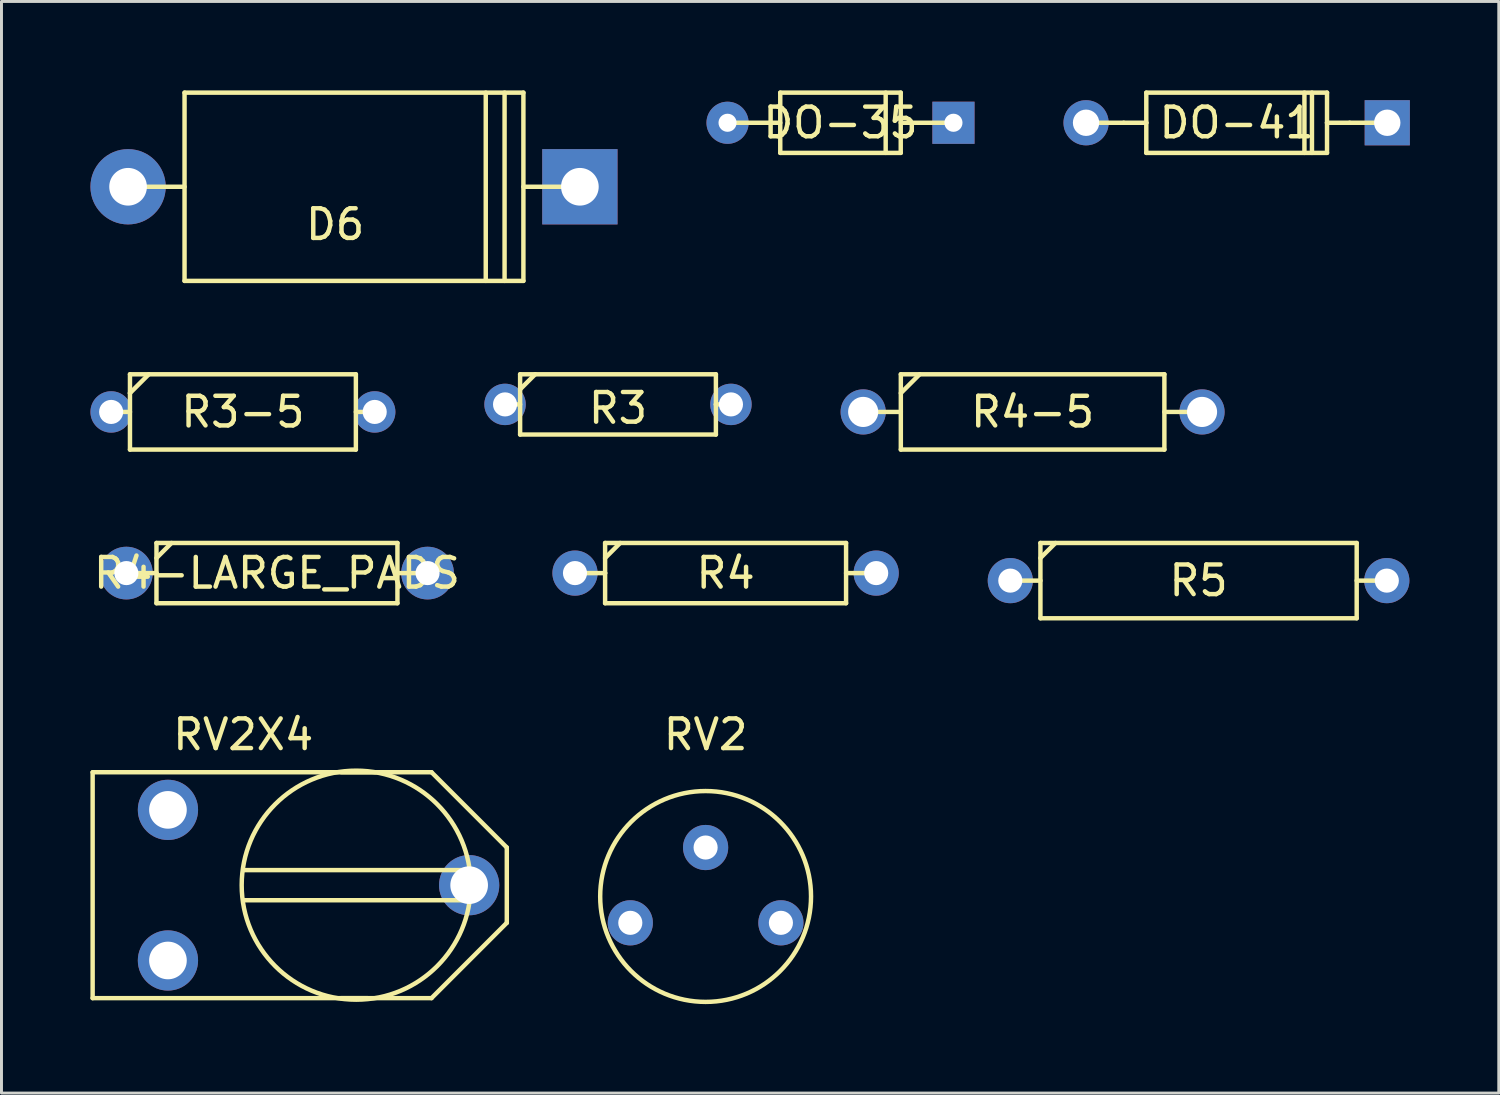
<source format=kicad_pcb>
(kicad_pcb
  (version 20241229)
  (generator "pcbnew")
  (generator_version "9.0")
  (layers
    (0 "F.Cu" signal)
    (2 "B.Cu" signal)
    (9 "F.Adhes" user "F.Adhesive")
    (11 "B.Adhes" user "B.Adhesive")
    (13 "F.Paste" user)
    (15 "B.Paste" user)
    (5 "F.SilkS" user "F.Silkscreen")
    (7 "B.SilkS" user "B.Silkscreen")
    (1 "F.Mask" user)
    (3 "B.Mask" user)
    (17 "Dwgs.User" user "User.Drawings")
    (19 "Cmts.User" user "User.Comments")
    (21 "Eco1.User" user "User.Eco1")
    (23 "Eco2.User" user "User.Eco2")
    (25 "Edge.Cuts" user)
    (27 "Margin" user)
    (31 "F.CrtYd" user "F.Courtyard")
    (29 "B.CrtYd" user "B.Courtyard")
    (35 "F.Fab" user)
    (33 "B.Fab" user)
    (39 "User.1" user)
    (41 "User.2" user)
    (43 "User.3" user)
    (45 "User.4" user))
  (footprint "R4"
    (layer "F.Cu")
    (at 21.425 16.281)
    (property "Reference" "R4" (at 0 0 0) (layer "F.SilkS") (effects (font (size 1 1) (thickness 0.15))))
    (attr through_hole)
    (fp_line (start -5.08 0) (end -4.064 0) (stroke (width 0.15) (type solid)) (layer "F.SilkS"))
    (fp_line (start -4.064 -1.016) (end 4.064 -1.016) (stroke (width 0.15) (type solid)) (layer "F.SilkS"))
    (fp_line (start -4.064 -0.508) (end -3.556 -1.016) (stroke (width 0.15) (type solid)) (layer "F.SilkS"))
    (fp_line (start -4.064 0) (end -4.064 -1.016) (stroke (width 0.15) (type solid)) (layer "F.SilkS"))
    (fp_line (start -4.064 1.016) (end -4.064 0) (stroke (width 0.15) (type solid)) (layer "F.SilkS"))
    (fp_line (start 4.064 -1.016) (end 4.064 1.016) (stroke (width 0.15) (type solid)) (layer "F.SilkS"))
    (fp_line (start 4.064 1.016) (end -4.064 1.016) (stroke (width 0.15) (type solid)) (layer "F.SilkS"))
    (fp_line (start 5.08 0) (end 4.064 0) (stroke (width 0.15) (type solid)) (layer "F.SilkS"))
    (pad "1" thru_hole circle (at -5.08 0) (size 1.524 1.524) (drill 0.813) (layers "*.Cu" "*.Mask"))
    (pad "2" thru_hole circle (at 5.08 0) (size 1.524 1.524) (drill 0.813) (layers "*.Cu" "*.Mask")))
  (footprint "DO-35"
    (layer "F.Cu")
    (at 25.301 1.091)
    (property "Reference" "DO-35" (at 0 0 0) (layer "F.SilkS") (effects (font (size 1 1) (thickness 0.15))))
    (attr through_hole)
    (fp_line (start -2.032 -1.016) (end -2.032 1.016) (stroke (width 0.15) (type solid)) (layer "F.SilkS"))
    (fp_line (start -2.032 0) (end -3.81 0) (stroke (width 0.15) (type solid)) (layer "F.SilkS"))
    (fp_line (start -2.032 1.016) (end 2.032 1.016) (stroke (width 0.15) (type solid)) (layer "F.SilkS"))
    (fp_line (start 1.524 -1.016) (end 1.524 1.016) (stroke (width 0.15) (type solid)) (layer "F.SilkS"))
    (fp_line (start 2.032 -1.016) (end -2.032 -1.016) (stroke (width 0.15) (type solid)) (layer "F.SilkS"))
    (fp_line (start 2.032 0) (end 3.81 0) (stroke (width 0.15) (type solid)) (layer "F.SilkS"))
    (fp_line (start 2.032 1.016) (end 2.032 -1.016) (stroke (width 0.15) (type solid)) (layer "F.SilkS"))
    (pad "1" thru_hole rect (at 3.81 0) (size 1.422 1.422) (drill 0.61) (layers "*.Cu" "*.Mask"))
    (pad "2" thru_hole circle (at -3.81 0) (size 1.422 1.422) (drill 0.61) (layers "*.Cu" "*.Mask")))
  (footprint "DO-41"
    (layer "F.Cu")
    (at 38.664 1.091)
    (property "Reference" "DO-41" (at 0 0 0) (layer "F.SilkS") (effects (font (size 1 1) (thickness 0.15))))
    (attr through_hole)
    (fp_line (start -3.81 0) (end -5.08 0) (stroke (width 0.15) (type solid)) (layer "F.SilkS"))
    (fp_line (start -3.048 -1.016) (end -3.048 0) (stroke (width 0.15) (type solid)) (layer "F.SilkS"))
    (fp_line (start -3.048 0) (end -3.81 0) (stroke (width 0.15) (type solid)) (layer "F.SilkS"))
    (fp_line (start -3.048 0) (end -3.048 1.016) (stroke (width 0.15) (type solid)) (layer "F.SilkS"))
    (fp_line (start -3.048 1.016) (end 3.048 1.016) (stroke (width 0.15) (type solid)) (layer "F.SilkS"))
    (fp_line (start 2.286 1.016) (end 2.286 -1.016) (stroke (width 0.15) (type solid)) (layer "F.SilkS"))
    (fp_line (start 2.54 -1.016) (end 2.54 1.016) (stroke (width 0.15) (type solid)) (layer "F.SilkS"))
    (fp_line (start 3.048 -1.016) (end -3.048 -1.016) (stroke (width 0.15) (type solid)) (layer "F.SilkS"))
    (fp_line (start 3.048 0) (end 3.048 -1.016) (stroke (width 0.15) (type solid)) (layer "F.SilkS"))
    (fp_line (start 3.048 1.016) (end 3.048 0) (stroke (width 0.15) (type solid)) (layer "F.SilkS"))
    (fp_line (start 3.81 0) (end 3.048 0) (stroke (width 0.15) (type solid)) (layer "F.SilkS"))
    (fp_line (start 3.81 0) (end 5.08 0) (stroke (width 0.15) (type solid)) (layer "F.SilkS"))
    (pad "1" thru_hole rect (at 5.08 0) (size 1.524 1.524) (drill 0.889) (layers "*.Cu" "*.Mask"))
    (pad "2" thru_hole circle (at -5.08 0) (size 1.524 1.524) (drill 0.889) (layers "*.Cu" "*.Mask")))
  (footprint "R5"
    (layer "F.Cu")
    (at 37.379 16.535)
    (property "Reference" "R5" (at 0 0 0) (layer "F.SilkS") (effects (font (size 1 1) (thickness 0.15))))
    (attr through_hole)
    (fp_line (start -6.35 0) (end -5.334 0) (stroke (width 0.15) (type solid)) (layer "F.SilkS"))
    (fp_line (start -5.334 -1.27) (end 5.334 -1.27) (stroke (width 0.15) (type solid)) (layer "F.SilkS"))
    (fp_line (start -5.334 -0.762) (end -4.826 -1.27) (stroke (width 0.15) (type solid)) (layer "F.SilkS"))
    (fp_line (start -5.334 1.27) (end -5.334 -1.27) (stroke (width 0.15) (type solid)) (layer "F.SilkS"))
    (fp_line (start 5.334 -1.27) (end 5.334 1.27) (stroke (width 0.15) (type solid)) (layer "F.SilkS"))
    (fp_line (start 5.334 1.27) (end -5.334 1.27) (stroke (width 0.15) (type solid)) (layer "F.SilkS"))
    (fp_line (start 6.35 0) (end 5.334 0) (stroke (width 0.15) (type solid)) (layer "F.SilkS"))
    (pad "1" thru_hole circle (at -6.35 0) (size 1.524 1.524) (drill 0.813) (layers "*.Cu" "*.Mask"))
    (pad "2" thru_hole circle (at 6.35 0) (size 1.524 1.524) (drill 0.813) (layers "*.Cu" "*.Mask")))
  (footprint "D6"
    (layer "F.Cu")
    (at 8.89 3.25)
    (property "Reference" "D6" (at -0.635 1.27 0) (layer "F.SilkS") (effects (font (size 1 1) (thickness 0.15))))
    (attr through_hole)
    (fp_line (start -5.715 -3.175) (end -5.715 3.175) (stroke (width 0.15) (type solid)) (layer "F.SilkS"))
    (fp_line (start -5.715 0) (end -7.62 0) (stroke (width 0.15) (type solid)) (layer "F.SilkS"))
    (fp_line (start -5.715 3.175) (end 5.715 3.175) (stroke (width 0.15) (type solid)) (layer "F.SilkS"))
    (fp_line (start 4.445 3.175) (end 4.445 -3.175) (stroke (width 0.15) (type solid)) (layer "F.SilkS"))
    (fp_line (start 5.08 -3.175) (end 5.08 3.175) (stroke (width 0.15) (type solid)) (layer "F.SilkS"))
    (fp_line (start 5.715 -3.175) (end -5.715 -3.175) (stroke (width 0.15) (type solid)) (layer "F.SilkS"))
    (fp_line (start 5.715 0) (end 7.62 0) (stroke (width 0.15) (type solid)) (layer "F.SilkS"))
    (fp_line (start 5.715 3.175) (end 5.715 -3.175) (stroke (width 0.15) (type solid)) (layer "F.SilkS"))
    (pad "1" thru_hole rect (at 7.62 0) (size 2.54 2.54) (drill 1.27) (layers "*.Cu" "*.Mask"))
    (pad "2" thru_hole circle (at -7.62 0) (size 2.54 2.54) (drill 1.27) (layers "*.Cu" "*.Mask")))
  (footprint "RV2"
    (layer "F.Cu")
    (at 20.751 26.808)
    (property "Reference" "RV2" (at 0 -5.08 0) (layer "F.SilkS") (effects (font (size 1 1) (thickness 0.15))))
    (attr through_hole)
    (fp_circle (center 0 0.381) (end 0 -3.175) (stroke (width 0.15) (type solid)) (fill no) (layer "F.SilkS"))
    (pad "1" thru_hole circle (at -2.54 1.27) (size 1.524 1.524) (drill 0.813) (layers "*.Cu" "*.Mask"))
    (pad "2" thru_hole circle (at 0 -1.27) (size 1.524 1.524) (drill 0.813) (layers "*.Cu" "*.Mask"))
    (pad "3" thru_hole circle (at 2.54 1.27) (size 1.524 1.524) (drill 0.813) (layers "*.Cu" "*.Mask")))
  (footprint "RV2X4"
    (layer "F.Cu")
    (at 7.695 26.808)
    (property "Reference" "RV2X4" (at -2.54 -5.08 0) (layer "F.SilkS") (effects (font (size 1 1) (thickness 0.15))))
    (attr through_hole)
    (fp_line (start -7.62 -3.81) (end 3.81 -3.81) (stroke (width 0.15) (type solid)) (layer "F.SilkS"))
    (fp_line (start -7.62 3.81) (end -7.62 -3.81) (stroke (width 0.15) (type solid)) (layer "F.SilkS"))
    (fp_line (start -2.54 -0.508) (end 4.953 -0.508) (stroke (width 0.15) (type solid)) (layer "F.SilkS"))
    (fp_line (start -2.54 0.508) (end 4.953 0.508) (stroke (width 0.15) (type solid)) (layer "F.SilkS"))
    (fp_line (start 0.762 -3.81) (end 1.905 -3.81) (stroke (width 0.15) (type solid)) (layer "F.SilkS"))
    (fp_line (start 1.651 3.81) (end 0.762 3.81) (stroke (width 0.15) (type solid)) (layer "F.SilkS"))
    (fp_line (start 3.81 -3.81) (end 6.35 -1.27) (stroke (width 0.15) (type solid)) (layer "F.SilkS"))
    (fp_line (start 3.81 3.81) (end -7.62 3.81) (stroke (width 0.15) (type solid)) (layer "F.SilkS"))
    (fp_line (start 6.35 -1.27) (end 6.35 1.27) (stroke (width 0.15) (type solid)) (layer "F.SilkS"))
    (fp_line (start 6.35 1.27) (end 3.81 3.81) (stroke (width 0.15) (type solid)) (layer "F.SilkS"))
    (fp_circle (center 1.27 0) (end -2.54 -0.635) (stroke (width 0.15) (type solid)) (fill no) (layer "F.SilkS"))
    (pad "1" thru_hole circle (at -5.08 -2.54) (size 2.032 2.032) (drill 1.27) (layers "*.Cu" "*.Mask"))
    (pad "2" thru_hole circle (at 5.08 0) (size 2.032 2.032) (drill 1.27) (layers "*.Cu" "*.Mask"))
    (pad "3" thru_hole circle (at -5.08 2.54) (size 2.032 2.032) (drill 1.27) (layers "*.Cu" "*.Mask")))
  (footprint "R4-LARGE_PADS"
    (layer "F.Cu")
    (at 6.292 16.281)
    (property "Reference" "R4-LARGE_PADS" (at 0 0 0) (layer "F.SilkS") (effects (font (size 1 1) (thickness 0.15))))
    (attr through_hole)
    (fp_line (start -5.08 0) (end -4.064 0) (stroke (width 0.15) (type solid)) (layer "F.SilkS"))
    (fp_line (start -4.064 -1.016) (end 4.064 -1.016) (stroke (width 0.15) (type solid)) (layer "F.SilkS"))
    (fp_line (start -4.064 -0.508) (end -3.556 -1.016) (stroke (width 0.15) (type solid)) (layer "F.SilkS"))
    (fp_line (start -4.064 0) (end -4.064 -1.016) (stroke (width 0.15) (type solid)) (layer "F.SilkS"))
    (fp_line (start -4.064 1.016) (end -4.064 0) (stroke (width 0.15) (type solid)) (layer "F.SilkS"))
    (fp_line (start 4.064 -1.016) (end 4.064 1.016) (stroke (width 0.15) (type solid)) (layer "F.SilkS"))
    (fp_line (start 4.064 1.016) (end -4.064 1.016) (stroke (width 0.15) (type solid)) (layer "F.SilkS"))
    (fp_line (start 5.08 0) (end 4.064 0) (stroke (width 0.15) (type solid)) (layer "F.SilkS"))
    (pad "1" thru_hole circle (at -5.08 0) (size 1.778 1.778) (drill 0.813) (layers "*.Cu" "*.Mask"))
    (pad "2" thru_hole circle (at 5.08 0) (size 1.778 1.778) (drill 0.813) (layers "*.Cu" "*.Mask")))
  (footprint "R3"
    (layer "F.Cu")
    (at 17.796 10.591)
    (property "Reference" "R3" (at 0 0.127 0) (layer "F.SilkS") (effects (font (size 1 1) (thickness 0.15))))
    (attr through_hole)
    (fp_line (start -3.81 0) (end -3.302 0) (stroke (width 0.15) (type solid)) (layer "F.SilkS"))
    (fp_line (start -3.302 -1.016) (end -3.302 1.016) (stroke (width 0.15) (type solid)) (layer "F.SilkS"))
    (fp_line (start -3.302 -0.508) (end -2.794 -1.016) (stroke (width 0.15) (type solid)) (layer "F.SilkS"))
    (fp_line (start -3.302 1.016) (end 3.302 1.016) (stroke (width 0.15) (type solid)) (layer "F.SilkS"))
    (fp_line (start 3.302 -1.016) (end -3.302 -1.016) (stroke (width 0.15) (type solid)) (layer "F.SilkS"))
    (fp_line (start 3.302 0) (end 3.302 -1.016) (stroke (width 0.15) (type solid)) (layer "F.SilkS"))
    (fp_line (start 3.302 1.016) (end 3.302 0) (stroke (width 0.15) (type solid)) (layer "F.SilkS"))
    (fp_line (start 3.81 0) (end 3.302 0) (stroke (width 0.15) (type solid)) (layer "F.SilkS"))
    (pad "1" thru_hole circle (at -3.81 0) (size 1.397 1.397) (drill 0.813) (layers "*.Cu" "*.Mask"))
    (pad "2" thru_hole circle (at 3.81 0) (size 1.397 1.397) (drill 0.813) (layers "*.Cu" "*.Mask")))
  (footprint "R4-5"
    (layer "F.Cu")
    (at 31.781 10.845)
    (property "Reference" "R4-5" (at 0 0 0) (layer "F.SilkS") (effects (font (size 1 1) (thickness 0.15))))
    (attr through_hole)
    (fp_line (start -4.445 -1.27) (end -4.445 1.27) (stroke (width 0.15) (type solid)) (layer "F.SilkS"))
    (fp_line (start -4.445 -0.635) (end -3.81 -1.27) (stroke (width 0.15) (type solid)) (layer "F.SilkS"))
    (fp_line (start -4.445 0) (end -5.715 0) (stroke (width 0.15) (type solid)) (layer "F.SilkS"))
    (fp_line (start -4.445 1.27) (end 4.445 1.27) (stroke (width 0.15) (type solid)) (layer "F.SilkS"))
    (fp_line (start 4.445 -1.27) (end -4.445 -1.27) (stroke (width 0.15) (type solid)) (layer "F.SilkS"))
    (fp_line (start 4.445 0) (end 5.715 0) (stroke (width 0.15) (type solid)) (layer "F.SilkS"))
    (fp_line (start 4.445 1.27) (end 4.445 -1.27) (stroke (width 0.15) (type solid)) (layer "F.SilkS"))
    (pad "1" thru_hole circle (at -5.715 0) (size 1.524 1.524) (drill 1.016) (layers "*.Cu" "*.Mask"))
    (pad "2" thru_hole circle (at 5.715 0) (size 1.524 1.524) (drill 1.016) (layers "*.Cu" "*.Mask")))
  (footprint "R3-5"
    (layer "F.Cu")
    (at 5.144 10.845)
    (property "Reference" "R3-5" (at 0 0 0) (layer "F.SilkS") (effects (font (size 1 1) (thickness 0.15))))
    (attr through_hole)
    (fp_line (start -4.445 0) (end -3.81 0) (stroke (width 0.15) (type solid)) (layer "F.SilkS"))
    (fp_line (start -3.81 -1.27) (end -3.81 -0.635) (stroke (width 0.15) (type solid)) (layer "F.SilkS"))
    (fp_line (start -3.81 -0.635) (end -3.81 1.27) (stroke (width 0.15) (type solid)) (layer "F.SilkS"))
    (fp_line (start -3.81 -0.635) (end -3.175 -1.27) (stroke (width 0.15) (type solid)) (layer "F.SilkS"))
    (fp_line (start -3.81 1.27) (end 3.81 1.27) (stroke (width 0.15) (type solid)) (layer "F.SilkS"))
    (fp_line (start 3.81 -1.27) (end -3.81 -1.27) (stroke (width 0.15) (type solid)) (layer "F.SilkS"))
    (fp_line (start 3.81 0) (end 4.445 0) (stroke (width 0.15) (type solid)) (layer "F.SilkS"))
    (fp_line (start 3.81 1.27) (end 3.81 -1.27) (stroke (width 0.15) (type solid)) (layer "F.SilkS"))
    (pad "1" thru_hole circle (at -4.445 0) (size 1.397 1.397) (drill 0.813) (layers "*.Cu" "*.Mask"))
    (pad "2" thru_hole circle (at 4.445 0) (size 1.397 1.397) (drill 0.813) (layers "*.Cu" "*.Mask")))
  (gr_rect
    (start -3 -3)
    (end 47.506 33.82)
    (stroke (width 0.1) (type default))
    (fill no)
    (layer "Edge.Cuts")))
</source>
